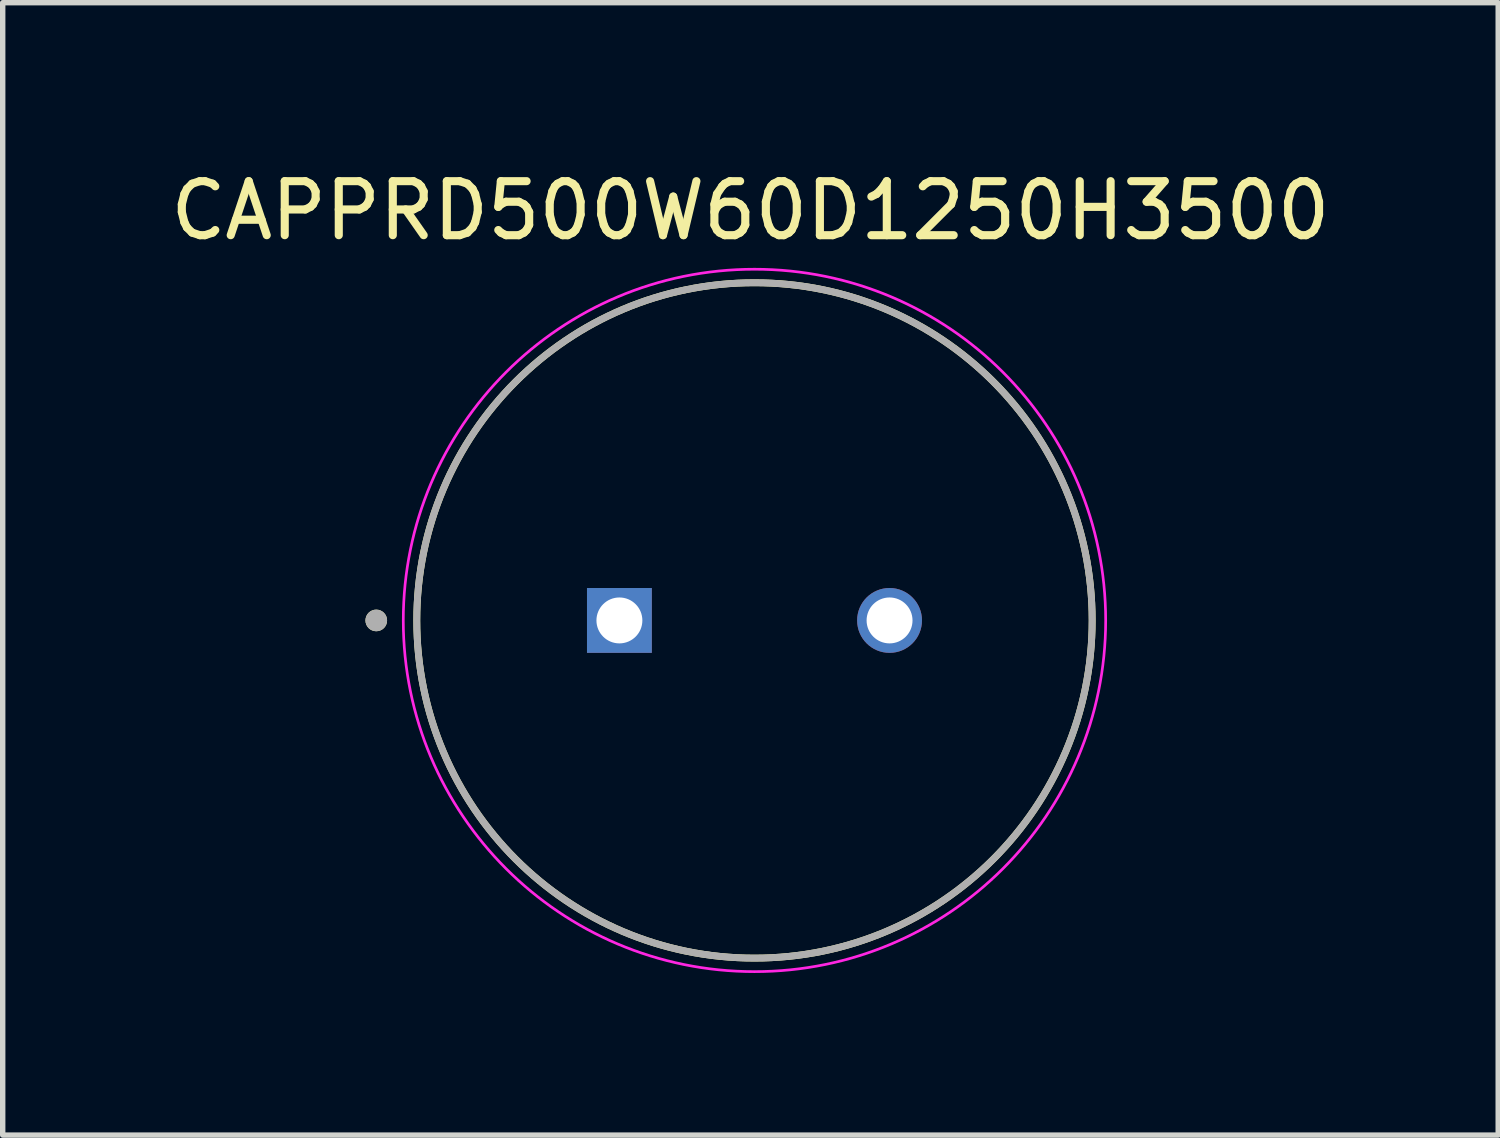
<source format=kicad_pcb>
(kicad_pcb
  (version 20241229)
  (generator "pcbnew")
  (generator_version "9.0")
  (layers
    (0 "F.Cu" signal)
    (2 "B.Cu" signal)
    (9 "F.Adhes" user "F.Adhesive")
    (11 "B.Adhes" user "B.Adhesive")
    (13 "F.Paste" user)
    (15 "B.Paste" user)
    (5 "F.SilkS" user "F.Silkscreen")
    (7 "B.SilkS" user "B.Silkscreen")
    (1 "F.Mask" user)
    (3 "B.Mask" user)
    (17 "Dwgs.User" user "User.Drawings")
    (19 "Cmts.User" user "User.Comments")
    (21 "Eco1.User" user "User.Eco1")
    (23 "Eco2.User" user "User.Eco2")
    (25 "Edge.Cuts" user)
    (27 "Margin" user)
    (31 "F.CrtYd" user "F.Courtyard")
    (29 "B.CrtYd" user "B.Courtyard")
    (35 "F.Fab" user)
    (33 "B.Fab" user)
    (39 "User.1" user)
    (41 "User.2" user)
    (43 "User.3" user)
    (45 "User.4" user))
  (footprint "CAPPRD500W60D1250H3500"
    (layer "F.Cu")
    (at 10.914 8.433)
    (property "Reference" "CAPPRD500W60D1250H3500" (at -0.075 -7.585 0) (layer "F.SilkS") (effects (font (size 1 1) (thickness 0.15))))
    (attr through_hole)
    (fp_circle (center -7 0) (end -6.9 0) (stroke (width 0.2) (type solid)) (fill no) (layer "F.SilkS"))
    (fp_circle (center 0 0) (end 6.25 0) (stroke (width 0.127) (type solid)) (fill no) (layer "F.SilkS"))
    (fp_circle (center 0 0) (end 6.5 0) (stroke (width 0.05) (type solid)) (fill no) (layer "F.CrtYd"))
    (fp_circle (center -7 0) (end -6.9 0) (stroke (width 0.2) (type solid)) (fill no) (layer "F.Fab"))
    (fp_circle (center 0 0) (end 6.25 0) (stroke (width 0.127) (type solid)) (fill no) (layer "F.Fab"))
    (pad "N" thru_hole circle (at 2.5 0) (size 1.2 1.2) (drill 0.85) (layers "*.Cu" "*.Mask"))
    (pad "P" thru_hole rect (at -2.5 0) (size 1.2 1.2) (drill 0.85) (layers "*.Cu" "*.Mask")))
  (gr_rect
    (start -3 -3)
    (end 24.679 17.958)
    (stroke (width 0.1) (type default))
    (fill no)
    (layer "Edge.Cuts")))
</source>
